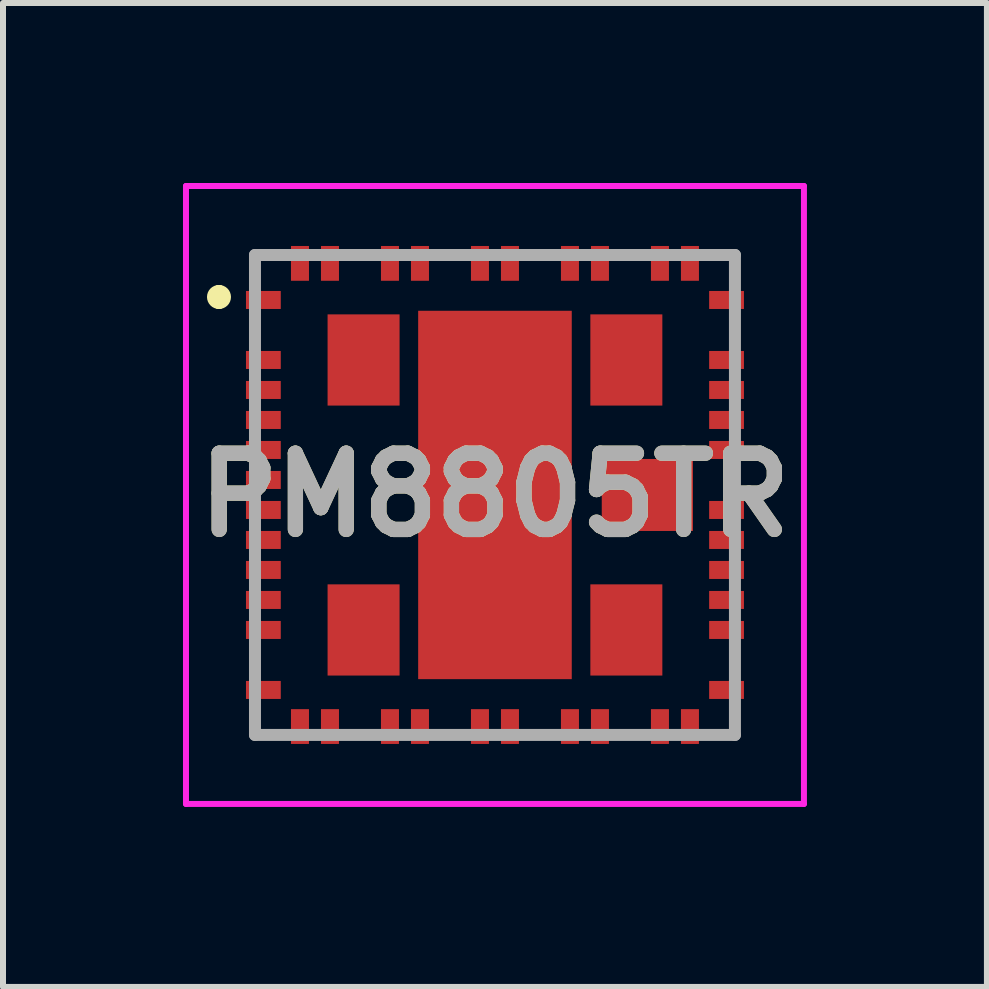
<source format=kicad_pcb>
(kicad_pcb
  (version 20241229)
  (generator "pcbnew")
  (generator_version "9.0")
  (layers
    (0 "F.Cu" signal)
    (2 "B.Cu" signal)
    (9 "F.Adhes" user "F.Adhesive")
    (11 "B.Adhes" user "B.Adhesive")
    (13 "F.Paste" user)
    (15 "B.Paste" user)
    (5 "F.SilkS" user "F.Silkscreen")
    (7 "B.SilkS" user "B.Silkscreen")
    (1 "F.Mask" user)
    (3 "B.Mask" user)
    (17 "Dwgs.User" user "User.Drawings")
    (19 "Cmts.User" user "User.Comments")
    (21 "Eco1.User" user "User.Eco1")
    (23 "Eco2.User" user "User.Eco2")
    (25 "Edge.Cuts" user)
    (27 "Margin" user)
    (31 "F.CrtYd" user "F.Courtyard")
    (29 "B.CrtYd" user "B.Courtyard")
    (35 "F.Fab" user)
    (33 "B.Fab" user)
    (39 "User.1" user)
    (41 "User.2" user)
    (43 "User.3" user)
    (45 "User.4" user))
  (footprint "PM8805TR"
    (layer "F.Cu")
    (at 5.2 5.2)
    (property "Reference" "PM8805TR" (at 0 0 0) (layer "F.SilkS") (effects (font (size 1.27 1.27) (thickness 0.254))))
    (attr smd)
    (fp_line (start -4.6 -3.4) (end -4.6 -3.4) (stroke (width 0.2) (type solid)) (layer "F.SilkS"))
    (fp_line (start -4.6 -3.2) (end -4.6 -3.2) (stroke (width 0.2) (type solid)) (layer "F.SilkS"))
    (fp_line (start -4 -4) (end -4 -3.6) (stroke (width 0.1) (type solid)) (layer "F.SilkS"))
    (fp_line (start -4 3.6) (end -4 4) (stroke (width 0.1) (type solid)) (layer "F.SilkS"))
    (fp_line (start -4 4) (end -3.6 4) (stroke (width 0.1) (type solid)) (layer "F.SilkS"))
    (fp_line (start -3.6 -4) (end -4 -4) (stroke (width 0.1) (type solid)) (layer "F.SilkS"))
    (fp_line (start 3.6 -4) (end 4 -4) (stroke (width 0.1) (type solid)) (layer "F.SilkS"))
    (fp_line (start 3.6 4) (end 4 4) (stroke (width 0.1) (type solid)) (layer "F.SilkS"))
    (fp_line (start 4 -4) (end 4 -3.6) (stroke (width 0.1) (type solid)) (layer "F.SilkS"))
    (fp_line (start 4 4) (end 4 3.6) (stroke (width 0.1) (type solid)) (layer "F.SilkS"))
    (fp_arc (start -4.6 -3.4) (mid -4.5 -3.3) (end -4.6 -3.2) (stroke (width 0.2) (type solid)) (layer "F.SilkS"))
    (fp_arc (start -4.6 -3.2) (mid -4.7 -3.3) (end -4.6 -3.4) (stroke (width 0.2) (type solid)) (layer "F.SilkS"))
    (fp_line (start -5.15 -5.15) (end 5.15 -5.15) (stroke (width 0.1) (type solid)) (layer "F.CrtYd"))
    (fp_line (start -5.15 5.15) (end -5.15 -5.15) (stroke (width 0.1) (type solid)) (layer "F.CrtYd"))
    (fp_line (start 5.15 -5.15) (end 5.15 5.15) (stroke (width 0.1) (type solid)) (layer "F.CrtYd"))
    (fp_line (start 5.15 5.15) (end -5.15 5.15) (stroke (width 0.1) (type solid)) (layer "F.CrtYd"))
    (fp_line (start -4 -4) (end 4 -4) (stroke (width 0.2) (type solid)) (layer "F.Fab"))
    (fp_line (start -4 4) (end -4 -4) (stroke (width 0.2) (type solid)) (layer "F.Fab"))
    (fp_line (start 4 -4) (end 4 4) (stroke (width 0.2) (type solid)) (layer "F.Fab"))
    (fp_line (start 4 4) (end -4 4) (stroke (width 0.2) (type solid)) (layer "F.Fab"))
    (fp_text user "${REFERENCE}" (at 0 0 0) (layer "F.Fab") (effects (font (size 1.27 1.27) (thickness 0.254))))
    (pad "1" smd rect (at -3.86 -3.25 90) (size 0.3 0.58) (layers "F.Cu" "F.Mask" "F.Paste"))
    (pad "2" smd rect (at -3.86 -2.25 90) (size 0.3 0.58) (layers "F.Cu" "F.Mask" "F.Paste"))
    (pad "3" smd rect (at -3.86 -1.75 90) (size 0.3 0.58) (layers "F.Cu" "F.Mask" "F.Paste"))
    (pad "4" smd rect (at -3.86 -1.25 90) (size 0.3 0.58) (layers "F.Cu" "F.Mask" "F.Paste"))
    (pad "5" smd rect (at -3.86 -0.75 90) (size 0.3 0.58) (layers "F.Cu" "F.Mask" "F.Paste"))
    (pad "6" smd rect (at -3.86 -0.25 90) (size 0.3 0.58) (layers "F.Cu" "F.Mask" "F.Paste"))
    (pad "7" smd rect (at -3.86 0.25 90) (size 0.3 0.58) (layers "F.Cu" "F.Mask" "F.Paste"))
    (pad "8" smd rect (at -3.86 0.75 90) (size 0.3 0.58) (layers "F.Cu" "F.Mask" "F.Paste"))
    (pad "9" smd rect (at -3.86 1.25 90) (size 0.3 0.58) (layers "F.Cu" "F.Mask" "F.Paste"))
    (pad "10" smd rect (at -3.86 1.75 90) (size 0.3 0.58) (layers "F.Cu" "F.Mask" "F.Paste"))
    (pad "11" smd rect (at -3.86 2.25 90) (size 0.3 0.58) (layers "F.Cu" "F.Mask" "F.Paste"))
    (pad "12" smd rect (at -3.86 3.25 90) (size 0.3 0.58) (layers "F.Cu" "F.Mask" "F.Paste"))
    (pad "13" smd rect (at -3.25 3.86) (size 0.3 0.58) (layers "F.Cu" "F.Mask" "F.Paste"))
    (pad "14" smd rect (at -2.75 3.86) (size 0.3 0.58) (layers "F.Cu" "F.Mask" "F.Paste"))
    (pad "15" smd rect (at -1.75 3.86) (size 0.3 0.58) (layers "F.Cu" "F.Mask" "F.Paste"))
    (pad "16" smd rect (at -1.25 3.86) (size 0.3 0.58) (layers "F.Cu" "F.Mask" "F.Paste"))
    (pad "17" smd rect (at -0.25 3.86) (size 0.3 0.58) (layers "F.Cu" "F.Mask" "F.Paste"))
    (pad "18" smd rect (at 0.25 3.86) (size 0.3 0.58) (layers "F.Cu" "F.Mask" "F.Paste"))
    (pad "19" smd rect (at 1.25 3.86) (size 0.3 0.58) (layers "F.Cu" "F.Mask" "F.Paste"))
    (pad "20" smd rect (at 1.75 3.86) (size 0.3 0.58) (layers "F.Cu" "F.Mask" "F.Paste"))
    (pad "21" smd rect (at 2.75 3.86) (size 0.3 0.58) (layers "F.Cu" "F.Mask" "F.Paste"))
    (pad "22" smd rect (at 3.25 3.86) (size 0.3 0.58) (layers "F.Cu" "F.Mask" "F.Paste"))
    (pad "23" smd rect (at 3.86 3.25 90) (size 0.3 0.58) (layers "F.Cu" "F.Mask" "F.Paste"))
    (pad "24" smd rect (at 3.86 2.25 90) (size 0.3 0.58) (layers "F.Cu" "F.Mask" "F.Paste"))
    (pad "25" smd rect (at 3.86 1.75 90) (size 0.3 0.58) (layers "F.Cu" "F.Mask" "F.Paste"))
    (pad "26" smd rect (at 3.86 1.25 90) (size 0.3 0.58) (layers "F.Cu" "F.Mask" "F.Paste"))
    (pad "27" smd rect (at 3.86 0.75 90) (size 0.3 0.58) (layers "F.Cu" "F.Mask" "F.Paste"))
    (pad "28" smd rect (at 3.86 0.25 90) (size 0.3 0.58) (layers "F.Cu" "F.Mask" "F.Paste"))
    (pad "29" smd rect (at 3.86 -0.75 90) (size 0.3 0.58) (layers "F.Cu" "F.Mask" "F.Paste"))
    (pad "30" smd rect (at 3.86 -1.25 90) (size 0.3 0.58) (layers "F.Cu" "F.Mask" "F.Paste"))
    (pad "31" smd rect (at 3.86 -1.75 90) (size 0.3 0.58) (layers "F.Cu" "F.Mask" "F.Paste"))
    (pad "32" smd rect (at 3.86 -2.25 90) (size 0.3 0.58) (layers "F.Cu" "F.Mask" "F.Paste"))
    (pad "33" smd rect (at 3.86 -3.25 90) (size 0.3 0.58) (layers "F.Cu" "F.Mask" "F.Paste"))
    (pad "34" smd rect (at 3.25 -3.86) (size 0.3 0.58) (layers "F.Cu" "F.Mask" "F.Paste"))
    (pad "35" smd rect (at 2.75 -3.86) (size 0.3 0.58) (layers "F.Cu" "F.Mask" "F.Paste"))
    (pad "36" smd rect (at 1.75 -3.86) (size 0.3 0.58) (layers "F.Cu" "F.Mask" "F.Paste"))
    (pad "37" smd rect (at 1.25 -3.86) (size 0.3 0.58) (layers "F.Cu" "F.Mask" "F.Paste"))
    (pad "38" smd rect (at 0.25 -3.86) (size 0.3 0.58) (layers "F.Cu" "F.Mask" "F.Paste"))
    (pad "39" smd rect (at -0.25 -3.86) (size 0.3 0.58) (layers "F.Cu" "F.Mask" "F.Paste"))
    (pad "40" smd rect (at -1.25 -3.86) (size 0.3 0.58) (layers "F.Cu" "F.Mask" "F.Paste"))
    (pad "41" smd rect (at -1.75 -3.86) (size 0.3 0.58) (layers "F.Cu" "F.Mask" "F.Paste"))
    (pad "42" smd rect (at -2.75 -3.86) (size 0.3 0.58) (layers "F.Cu" "F.Mask" "F.Paste"))
    (pad "43" smd rect (at -3.25 -3.86) (size 0.3 0.58) (layers "F.Cu" "F.Mask" "F.Paste"))
    (pad "EP1" smd rect (at -2.19 -2.25) (size 1.2 1.52) (layers "F.Cu" "F.Mask" "F.Paste"))
    (pad "EP2" smd rect (at 2.19 -2.25) (size 1.2 1.52) (layers "F.Cu" "F.Mask" "F.Paste"))
    (pad "EP3" smd rect (at 2.19 2.25) (size 1.2 1.52) (layers "F.Cu" "F.Mask" "F.Paste"))
    (pad "EP4" smd rect (at -2.19 2.25) (size 1.2 1.52) (layers "F.Cu" "F.Mask" "F.Paste"))
    (pad "EP5" smd rect (at 0 0) (size 2.56 6.14) (layers "F.Cu" "F.Mask" "F.Paste"))
    (pad "EP6" smd rect (at 2.54 0 90) (size 1.2 1.52) (layers "F.Cu" "F.Mask" "F.Paste")))
  (gr_rect
    (start -3 -3)
    (end 13.4 13.4)
    (stroke (width 0.1) (type default))
    (fill no)
    (layer "Edge.Cuts")))
</source>
